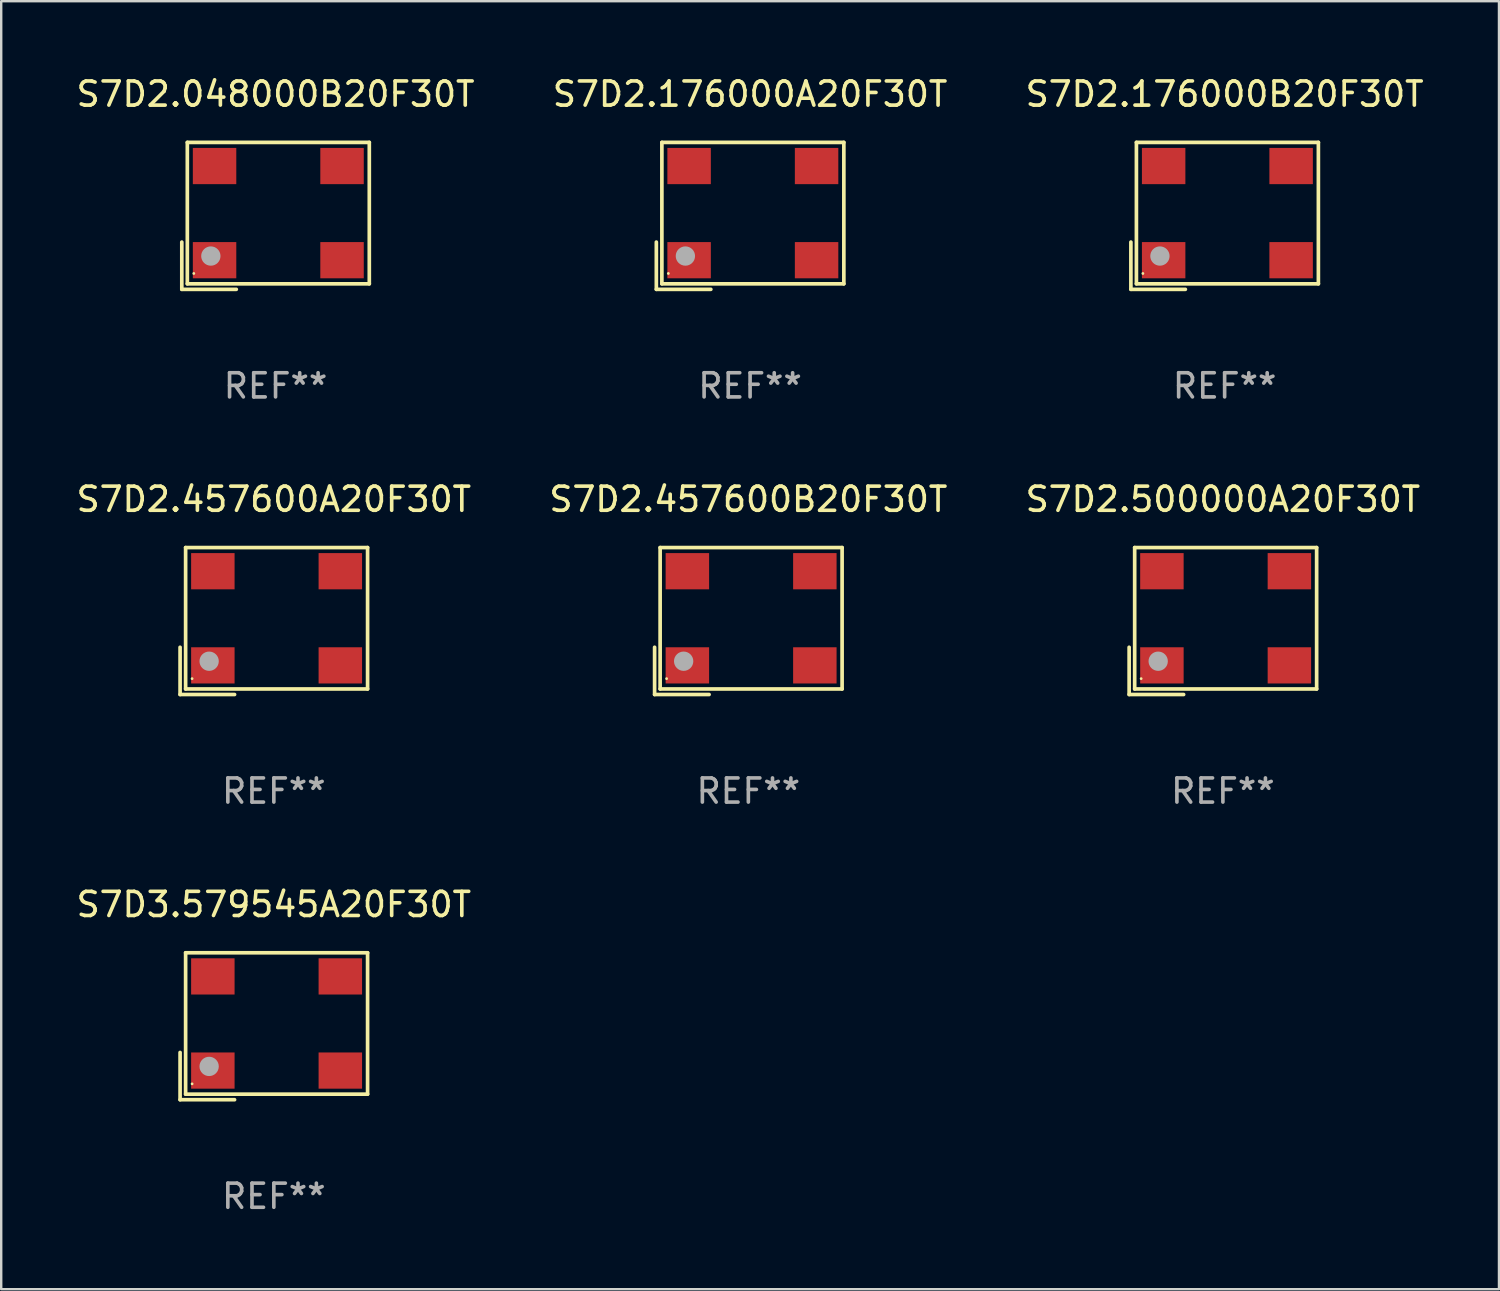
<source format=kicad_pcb>
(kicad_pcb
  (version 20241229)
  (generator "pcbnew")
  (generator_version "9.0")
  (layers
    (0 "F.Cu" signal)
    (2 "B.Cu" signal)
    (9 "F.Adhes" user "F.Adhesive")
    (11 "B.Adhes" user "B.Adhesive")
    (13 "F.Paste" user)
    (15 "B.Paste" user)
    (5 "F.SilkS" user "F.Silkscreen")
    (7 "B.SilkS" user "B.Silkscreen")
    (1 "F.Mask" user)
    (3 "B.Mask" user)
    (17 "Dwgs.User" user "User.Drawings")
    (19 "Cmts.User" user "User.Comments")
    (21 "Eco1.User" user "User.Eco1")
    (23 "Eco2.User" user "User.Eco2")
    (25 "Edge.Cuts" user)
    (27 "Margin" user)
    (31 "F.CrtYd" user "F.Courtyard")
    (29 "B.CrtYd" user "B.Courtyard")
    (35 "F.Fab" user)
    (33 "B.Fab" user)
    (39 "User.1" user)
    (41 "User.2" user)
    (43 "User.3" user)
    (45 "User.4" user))
  (footprint "S7D3.579545A20F30T"
    (layer "F.Cu")
    (at 8.292 39.456)
    (property "Reference" "S7D3.579545A20F30T" (at 0 -5.043 0) (layer "F.SilkS") (effects (font (size 1 1) (thickness 0.15))))
    (attr through_hole)
    (fp_line (start -3.883 1.086) (end -3.883 3.043) (stroke (width 0.152) (type solid)) (layer "F.SilkS"))
    (fp_line (start -3.883 3.043) (end -1.626 3.043) (stroke (width 0.152) (type solid)) (layer "F.SilkS"))
    (fp_line (start -3.654 -3.043) (end 3.883 -3.043) (stroke (width 0.152) (type solid)) (layer "F.SilkS"))
    (fp_line (start -3.654 2.814) (end -3.654 -3.043) (stroke (width 0.152) (type solid)) (layer "F.SilkS"))
    (fp_line (start 3.883 -3.043) (end 3.883 2.814) (stroke (width 0.152) (type solid)) (layer "F.SilkS"))
    (fp_line (start 3.883 2.814) (end -3.654 2.814) (stroke (width 0.152) (type solid)) (layer "F.SilkS"))
    (fp_circle (center -3.386 2.386) (end -3.356 2.386) (stroke (width 0.06) (type solid)) (fill no) (layer "F.SilkS"))
    (fp_circle (center -2.68 1.664) (end -2.48 1.664) (stroke (width 0.4) (type solid)) (fill no) (layer "F.Fab"))
    (fp_text user "REF**" (at 0 7.043 0) (layer "F.Fab") (effects (font (size 1 1) (thickness 0.15))))
    (pad "1" smd rect (at -2.526 1.836) (size 1.8 1.5) (layers "F.Cu" "F.Mask" "F.Paste"))
    (pad "2" smd rect (at 2.754 1.836) (size 1.8 1.5) (layers "F.Cu" "F.Mask" "F.Paste"))
    (pad "3" smd rect (at 2.754 -2.064) (size 1.8 1.5) (layers "F.Cu" "F.Mask" "F.Paste"))
    (pad "4" smd rect (at -2.526 -2.064) (size 1.8 1.5) (layers "F.Cu" "F.Mask" "F.Paste")))
  (footprint "S7D2.457600A20F30T"
    (layer "F.Cu")
    (at 8.292 22.673)
    (property "Reference" "S7D2.457600A20F30T" (at 0 -5.043 0) (layer "F.SilkS") (effects (font (size 1 1) (thickness 0.15))))
    (attr through_hole)
    (fp_line (start -3.883 1.086) (end -3.883 3.043) (stroke (width 0.152) (type solid)) (layer "F.SilkS"))
    (fp_line (start -3.883 3.043) (end -1.626 3.043) (stroke (width 0.152) (type solid)) (layer "F.SilkS"))
    (fp_line (start -3.654 -3.043) (end 3.883 -3.043) (stroke (width 0.152) (type solid)) (layer "F.SilkS"))
    (fp_line (start -3.654 2.814) (end -3.654 -3.043) (stroke (width 0.152) (type solid)) (layer "F.SilkS"))
    (fp_line (start 3.883 -3.043) (end 3.883 2.814) (stroke (width 0.152) (type solid)) (layer "F.SilkS"))
    (fp_line (start 3.883 2.814) (end -3.654 2.814) (stroke (width 0.152) (type solid)) (layer "F.SilkS"))
    (fp_circle (center -3.386 2.386) (end -3.356 2.386) (stroke (width 0.06) (type solid)) (fill no) (layer "F.SilkS"))
    (fp_circle (center -2.68 1.664) (end -2.48 1.664) (stroke (width 0.4) (type solid)) (fill no) (layer "F.Fab"))
    (fp_text user "REF**" (at 0 7.043 0) (layer "F.Fab") (effects (font (size 1 1) (thickness 0.15))))
    (pad "1" smd rect (at -2.526 1.836) (size 1.8 1.5) (layers "F.Cu" "F.Mask" "F.Paste"))
    (pad "2" smd rect (at 2.754 1.836) (size 1.8 1.5) (layers "F.Cu" "F.Mask" "F.Paste"))
    (pad "3" smd rect (at 2.754 -2.064) (size 1.8 1.5) (layers "F.Cu" "F.Mask" "F.Paste"))
    (pad "4" smd rect (at -2.526 -2.064) (size 1.8 1.5) (layers "F.Cu" "F.Mask" "F.Paste")))
  (footprint "S7D2.500000A20F30T"
    (layer "F.Cu")
    (at 47.601 22.673)
    (property "Reference" "S7D2.500000A20F30T" (at 0 -5.043 0) (layer "F.SilkS") (effects (font (size 1 1) (thickness 0.15))))
    (attr through_hole)
    (fp_line (start -3.883 1.086) (end -3.883 3.043) (stroke (width 0.152) (type solid)) (layer "F.SilkS"))
    (fp_line (start -3.883 3.043) (end -1.626 3.043) (stroke (width 0.152) (type solid)) (layer "F.SilkS"))
    (fp_line (start -3.654 -3.043) (end 3.883 -3.043) (stroke (width 0.152) (type solid)) (layer "F.SilkS"))
    (fp_line (start -3.654 2.814) (end -3.654 -3.043) (stroke (width 0.152) (type solid)) (layer "F.SilkS"))
    (fp_line (start 3.883 -3.043) (end 3.883 2.814) (stroke (width 0.152) (type solid)) (layer "F.SilkS"))
    (fp_line (start 3.883 2.814) (end -3.654 2.814) (stroke (width 0.152) (type solid)) (layer "F.SilkS"))
    (fp_circle (center -3.386 2.386) (end -3.356 2.386) (stroke (width 0.06) (type solid)) (fill no) (layer "F.SilkS"))
    (fp_circle (center -2.68 1.664) (end -2.48 1.664) (stroke (width 0.4) (type solid)) (fill no) (layer "F.Fab"))
    (fp_text user "REF**" (at 0 7.043 0) (layer "F.Fab") (effects (font (size 1 1) (thickness 0.15))))
    (pad "1" smd rect (at -2.526 1.836) (size 1.8 1.5) (layers "F.Cu" "F.Mask" "F.Paste"))
    (pad "2" smd rect (at 2.754 1.836) (size 1.8 1.5) (layers "F.Cu" "F.Mask" "F.Paste"))
    (pad "3" smd rect (at 2.754 -2.064) (size 1.8 1.5) (layers "F.Cu" "F.Mask" "F.Paste"))
    (pad "4" smd rect (at -2.526 -2.064) (size 1.8 1.5) (layers "F.Cu" "F.Mask" "F.Paste")))
  (footprint "S7D2.176000A20F30T"
    (layer "F.Cu")
    (at 28.018 5.891)
    (property "Reference" "S7D2.176000A20F30T" (at 0 -5.043 0) (layer "F.SilkS") (effects (font (size 1 1) (thickness 0.15))))
    (attr through_hole)
    (fp_line (start -3.883 1.086) (end -3.883 3.043) (stroke (width 0.152) (type solid)) (layer "F.SilkS"))
    (fp_line (start -3.883 3.043) (end -1.626 3.043) (stroke (width 0.152) (type solid)) (layer "F.SilkS"))
    (fp_line (start -3.654 -3.043) (end 3.883 -3.043) (stroke (width 0.152) (type solid)) (layer "F.SilkS"))
    (fp_line (start -3.654 2.814) (end -3.654 -3.043) (stroke (width 0.152) (type solid)) (layer "F.SilkS"))
    (fp_line (start 3.883 -3.043) (end 3.883 2.814) (stroke (width 0.152) (type solid)) (layer "F.SilkS"))
    (fp_line (start 3.883 2.814) (end -3.654 2.814) (stroke (width 0.152) (type solid)) (layer "F.SilkS"))
    (fp_circle (center -3.386 2.386) (end -3.356 2.386) (stroke (width 0.06) (type solid)) (fill no) (layer "F.SilkS"))
    (fp_circle (center -2.68 1.664) (end -2.48 1.664) (stroke (width 0.4) (type solid)) (fill no) (layer "F.Fab"))
    (fp_text user "REF**" (at 0 7.043 0) (layer "F.Fab") (effects (font (size 1 1) (thickness 0.15))))
    (pad "1" smd rect (at -2.526 1.836) (size 1.8 1.5) (layers "F.Cu" "F.Mask" "F.Paste"))
    (pad "2" smd rect (at 2.754 1.836) (size 1.8 1.5) (layers "F.Cu" "F.Mask" "F.Paste"))
    (pad "3" smd rect (at 2.754 -2.064) (size 1.8 1.5) (layers "F.Cu" "F.Mask" "F.Paste"))
    (pad "4" smd rect (at -2.526 -2.064) (size 1.8 1.5) (layers "F.Cu" "F.Mask" "F.Paste")))
  (footprint "S7D2.176000B20F30T"
    (layer "F.Cu")
    (at 47.673 5.891)
    (property "Reference" "S7D2.176000B20F30T" (at 0 -5.043 0) (layer "F.SilkS") (effects (font (size 1 1) (thickness 0.15))))
    (attr through_hole)
    (fp_line (start -3.883 1.086) (end -3.883 3.043) (stroke (width 0.152) (type solid)) (layer "F.SilkS"))
    (fp_line (start -3.883 3.043) (end -1.626 3.043) (stroke (width 0.152) (type solid)) (layer "F.SilkS"))
    (fp_line (start -3.654 -3.043) (end 3.883 -3.043) (stroke (width 0.152) (type solid)) (layer "F.SilkS"))
    (fp_line (start -3.654 2.814) (end -3.654 -3.043) (stroke (width 0.152) (type solid)) (layer "F.SilkS"))
    (fp_line (start 3.883 -3.043) (end 3.883 2.814) (stroke (width 0.152) (type solid)) (layer "F.SilkS"))
    (fp_line (start 3.883 2.814) (end -3.654 2.814) (stroke (width 0.152) (type solid)) (layer "F.SilkS"))
    (fp_circle (center -3.386 2.386) (end -3.356 2.386) (stroke (width 0.06) (type solid)) (fill no) (layer "F.SilkS"))
    (fp_circle (center -2.68 1.664) (end -2.48 1.664) (stroke (width 0.4) (type solid)) (fill no) (layer "F.Fab"))
    (fp_text user "REF**" (at 0 7.043 0) (layer "F.Fab") (effects (font (size 1 1) (thickness 0.15))))
    (pad "1" smd rect (at -2.526 1.836) (size 1.8 1.5) (layers "F.Cu" "F.Mask" "F.Paste"))
    (pad "2" smd rect (at 2.754 1.836) (size 1.8 1.5) (layers "F.Cu" "F.Mask" "F.Paste"))
    (pad "3" smd rect (at 2.754 -2.064) (size 1.8 1.5) (layers "F.Cu" "F.Mask" "F.Paste"))
    (pad "4" smd rect (at -2.526 -2.064) (size 1.8 1.5) (layers "F.Cu" "F.Mask" "F.Paste")))
  (footprint "S7D2.048000B20F30T"
    (layer "F.Cu")
    (at 8.363 5.891)
    (property "Reference" "S7D2.048000B20F30T" (at 0 -5.043 0) (layer "F.SilkS") (effects (font (size 1 1) (thickness 0.15))))
    (attr through_hole)
    (fp_line (start -3.883 1.086) (end -3.883 3.043) (stroke (width 0.152) (type solid)) (layer "F.SilkS"))
    (fp_line (start -3.883 3.043) (end -1.626 3.043) (stroke (width 0.152) (type solid)) (layer "F.SilkS"))
    (fp_line (start -3.654 -3.043) (end 3.883 -3.043) (stroke (width 0.152) (type solid)) (layer "F.SilkS"))
    (fp_line (start -3.654 2.814) (end -3.654 -3.043) (stroke (width 0.152) (type solid)) (layer "F.SilkS"))
    (fp_line (start 3.883 -3.043) (end 3.883 2.814) (stroke (width 0.152) (type solid)) (layer "F.SilkS"))
    (fp_line (start 3.883 2.814) (end -3.654 2.814) (stroke (width 0.152) (type solid)) (layer "F.SilkS"))
    (fp_circle (center -3.386 2.386) (end -3.356 2.386) (stroke (width 0.06) (type solid)) (fill no) (layer "F.SilkS"))
    (fp_circle (center -2.68 1.664) (end -2.48 1.664) (stroke (width 0.4) (type solid)) (fill no) (layer "F.Fab"))
    (fp_text user "REF**" (at 0 7.043 0) (layer "F.Fab") (effects (font (size 1 1) (thickness 0.15))))
    (pad "1" smd rect (at -2.526 1.836) (size 1.8 1.5) (layers "F.Cu" "F.Mask" "F.Paste"))
    (pad "2" smd rect (at 2.754 1.836) (size 1.8 1.5) (layers "F.Cu" "F.Mask" "F.Paste"))
    (pad "3" smd rect (at 2.754 -2.064) (size 1.8 1.5) (layers "F.Cu" "F.Mask" "F.Paste"))
    (pad "4" smd rect (at -2.526 -2.064) (size 1.8 1.5) (layers "F.Cu" "F.Mask" "F.Paste")))
  (footprint "S7D2.457600B20F30T"
    (layer "F.Cu")
    (at 27.946 22.673)
    (property "Reference" "S7D2.457600B20F30T" (at 0 -5.043 0) (layer "F.SilkS") (effects (font (size 1 1) (thickness 0.15))))
    (attr through_hole)
    (fp_line (start -3.883 1.086) (end -3.883 3.043) (stroke (width 0.152) (type solid)) (layer "F.SilkS"))
    (fp_line (start -3.883 3.043) (end -1.626 3.043) (stroke (width 0.152) (type solid)) (layer "F.SilkS"))
    (fp_line (start -3.654 -3.043) (end 3.883 -3.043) (stroke (width 0.152) (type solid)) (layer "F.SilkS"))
    (fp_line (start -3.654 2.814) (end -3.654 -3.043) (stroke (width 0.152) (type solid)) (layer "F.SilkS"))
    (fp_line (start 3.883 -3.043) (end 3.883 2.814) (stroke (width 0.152) (type solid)) (layer "F.SilkS"))
    (fp_line (start 3.883 2.814) (end -3.654 2.814) (stroke (width 0.152) (type solid)) (layer "F.SilkS"))
    (fp_circle (center -3.386 2.386) (end -3.356 2.386) (stroke (width 0.06) (type solid)) (fill no) (layer "F.SilkS"))
    (fp_circle (center -2.68 1.664) (end -2.48 1.664) (stroke (width 0.4) (type solid)) (fill no) (layer "F.Fab"))
    (fp_text user "REF**" (at 0 7.043 0) (layer "F.Fab") (effects (font (size 1 1) (thickness 0.15))))
    (pad "1" smd rect (at -2.526 1.836) (size 1.8 1.5) (layers "F.Cu" "F.Mask" "F.Paste"))
    (pad "2" smd rect (at 2.754 1.836) (size 1.8 1.5) (layers "F.Cu" "F.Mask" "F.Paste"))
    (pad "3" smd rect (at 2.754 -2.064) (size 1.8 1.5) (layers "F.Cu" "F.Mask" "F.Paste"))
    (pad "4" smd rect (at -2.526 -2.064) (size 1.8 1.5) (layers "F.Cu" "F.Mask" "F.Paste")))
  (gr_rect
    (start -3 -3)
    (end 59.036 50.347)
    (stroke (width 0.1) (type default))
    (fill no)
    (layer "Edge.Cuts")))
</source>
